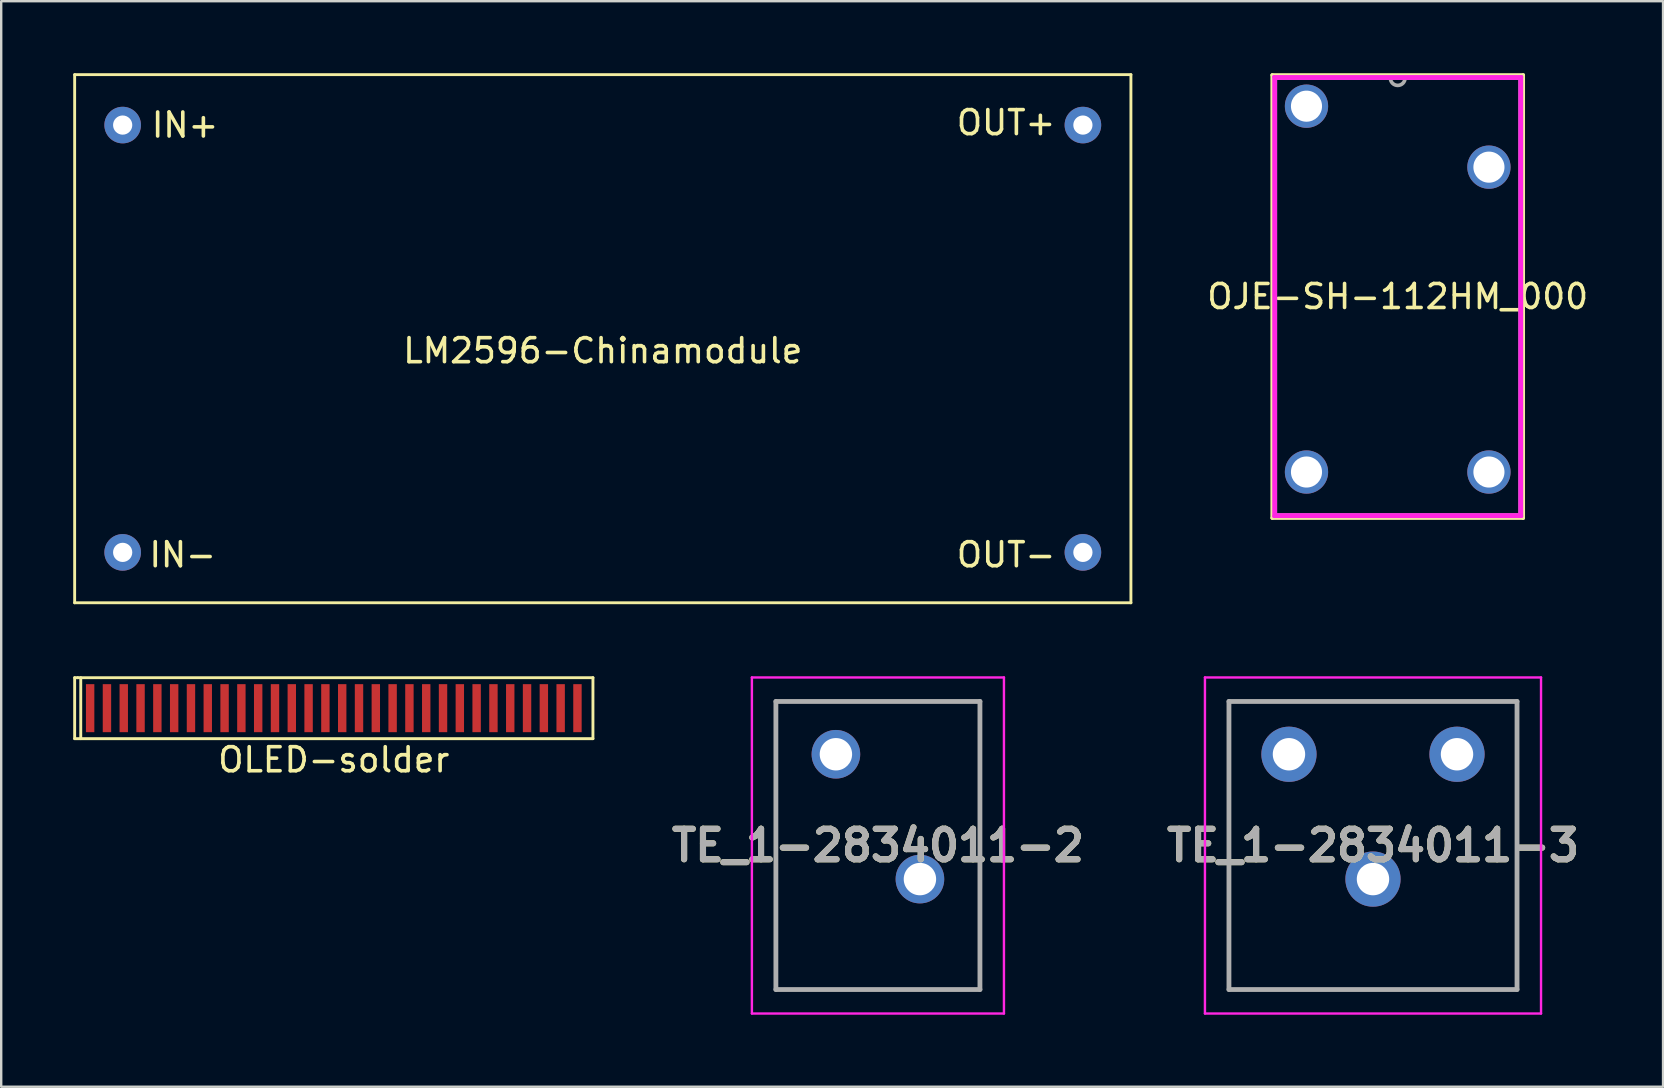
<source format=kicad_pcb>
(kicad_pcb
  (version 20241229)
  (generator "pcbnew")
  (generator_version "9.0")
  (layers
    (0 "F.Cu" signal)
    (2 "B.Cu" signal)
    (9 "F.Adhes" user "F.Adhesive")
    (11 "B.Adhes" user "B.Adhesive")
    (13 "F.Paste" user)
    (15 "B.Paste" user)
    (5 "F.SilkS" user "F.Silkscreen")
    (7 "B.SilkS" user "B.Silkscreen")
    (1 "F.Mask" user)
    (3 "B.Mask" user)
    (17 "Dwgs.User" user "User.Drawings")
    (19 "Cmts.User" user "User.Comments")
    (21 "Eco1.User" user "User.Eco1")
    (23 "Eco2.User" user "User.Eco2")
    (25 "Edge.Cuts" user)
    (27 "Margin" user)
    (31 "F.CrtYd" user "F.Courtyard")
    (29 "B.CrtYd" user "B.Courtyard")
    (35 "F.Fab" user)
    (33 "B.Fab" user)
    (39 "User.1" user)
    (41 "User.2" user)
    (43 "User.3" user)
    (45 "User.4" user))
  (footprint "TE_1-2834011-3"
    (layer "F.Cu")
    (at 54.144 32.17)
    (property "Reference" "TE_1-2834011-3" (at 0 0 0) (layer "F.SilkS") (effects (font (size 1.27 1.27) (thickness 0.254))))
    (attr through_hole)
    (fp_line (start -6 -6) (end 6 -6) (stroke (width 0.1) (type solid)) (layer "F.SilkS"))
    (fp_line (start -6 6) (end -6 -6) (stroke (width 0.1) (type solid)) (layer "F.SilkS"))
    (fp_line (start 6 -6) (end 6 6) (stroke (width 0.1) (type solid)) (layer "F.SilkS"))
    (fp_line (start 6 6) (end -6 6) (stroke (width 0.1) (type solid)) (layer "F.SilkS"))
    (fp_line (start -7 -7) (end 7 -7) (stroke (width 0.1) (type solid)) (layer "F.CrtYd"))
    (fp_line (start -7 7) (end -7 -7) (stroke (width 0.1) (type solid)) (layer "F.CrtYd"))
    (fp_line (start 7 -7) (end 7 7) (stroke (width 0.1) (type solid)) (layer "F.CrtYd"))
    (fp_line (start 7 7) (end -7 7) (stroke (width 0.1) (type solid)) (layer "F.CrtYd"))
    (fp_line (start -6 -6) (end 6 -6) (stroke (width 0.2) (type solid)) (layer "F.Fab"))
    (fp_line (start -6 6) (end -6 -6) (stroke (width 0.2) (type solid)) (layer "F.Fab"))
    (fp_line (start 6 -6) (end 6 6) (stroke (width 0.2) (type solid)) (layer "F.Fab"))
    (fp_line (start 6 6) (end -6 6) (stroke (width 0.2) (type solid)) (layer "F.Fab"))
    (fp_text user "${REFERENCE}" (at 0 0 0) (layer "F.Fab") (effects (font (size 1.27 1.27) (thickness 0.254))))
    (pad "1" thru_hole circle (at -3.5 -3.8) (size 2.3 2.3) (drill 1.35) (layers "*.Cu" "*.Mask"))
    (pad "2" thru_hole circle (at 0 1.4) (size 2.3 2.3) (drill 1.35) (layers "*.Cu" "*.Mask"))
    (pad "3" thru_hole circle (at 3.5 -3.8) (size 2.3 2.3) (drill 1.35) (layers "*.Cu" "*.Mask")))
  (footprint "OJE-SH-112HM_000"
    (layer "F.Cu")
    (at 58.974 17.233)
    (property "Reference" "OJE-SH-112HM_000" (at -3.8 -7.93 0) (layer "F.SilkS") (effects (font (size 1 1) (thickness 0.15))))
    (attr through_hole)
    (fp_line (start -9.027 -17.157) (end -9.027 1.297) (stroke (width 0.152) (type solid)) (layer "F.SilkS"))
    (fp_line (start -9.027 1.297) (end 1.427 1.297) (stroke (width 0.152) (type solid)) (layer "F.SilkS"))
    (fp_line (start 1.427 -17.157) (end -9.027 -17.157) (stroke (width 0.152) (type solid)) (layer "F.SilkS"))
    (fp_line (start 1.427 1.297) (end 1.427 -17.157) (stroke (width 0.152) (type solid)) (layer "F.SilkS"))
    (fp_line (start -8.951 -17.081) (end 1.351 -17.081) (stroke (width 0.152) (type solid)) (layer "F.CrtYd"))
    (fp_line (start -8.951 1.221) (end -8.951 -17.081) (stroke (width 0.152) (type solid)) (layer "F.CrtYd"))
    (fp_line (start -8.9 -17.03) (end 1.3 -17.03) (stroke (width 0.152) (type solid)) (layer "F.CrtYd"))
    (fp_line (start -8.9 1.17) (end -8.9 -17.03) (stroke (width 0.152) (type solid)) (layer "F.CrtYd"))
    (fp_line (start 1.3 -17.03) (end 1.3 1.17) (stroke (width 0.152) (type solid)) (layer "F.CrtYd"))
    (fp_line (start 1.3 1.17) (end -8.9 1.17) (stroke (width 0.152) (type solid)) (layer "F.CrtYd"))
    (fp_line (start 1.351 -17.081) (end 1.351 1.221) (stroke (width 0.152) (type solid)) (layer "F.CrtYd"))
    (fp_line (start 1.351 1.221) (end -8.951 1.221) (stroke (width 0.152) (type solid)) (layer "F.CrtYd"))
    (fp_line (start -8.9 -17.03) (end -8.9 1.17) (stroke (width 0.152) (type solid)) (layer "F.Fab"))
    (fp_line (start -8.9 1.17) (end 1.3 1.17) (stroke (width 0.152) (type solid)) (layer "F.Fab"))
    (fp_line (start 1.3 -17.03) (end -8.9 -17.03) (stroke (width 0.152) (type solid)) (layer "F.Fab"))
    (fp_line (start 1.3 1.17) (end 1.3 -17.03) (stroke (width 0.152) (type solid)) (layer "F.Fab"))
    (fp_arc (start -3.4952 -17.030003) (mid -3.8 -16.725203) (end -4.1048 -17.030003) (stroke (width 0.1524) (type solid)) (layer "F.Fab"))
    (fp_text user "Copyright 2016 Accelerated Designs. All rights reserved." (at 0 0 0) (layer "Cmts.User") (effects (font (size 0.127 0.127) (thickness 0.002))))
    (pad "1" thru_hole circle (at -7.6 -15.86) (size 1.803 1.803) (drill 1.295) (layers "*.Cu" "*.Mask"))
    (pad "2" thru_hole circle (at -7.6 -0.62) (size 1.803 1.803) (drill 1.295) (layers "*.Cu" "*.Mask"))
    (pad "3" thru_hole circle (at 0 -0.62) (size 1.803 1.803) (drill 1.295) (layers "*.Cu" "*.Mask"))
    (pad "4" thru_hole circle (at 0 -13.32) (size 1.803 1.803) (drill 1.295) (layers "*.Cu" "*.Mask")))
  (footprint "OLED-solder"
    (layer "F.Cu")
    (at 10.855 26.45)
    (property "Reference" "OLED-solder" (at 0 2.15 0) (layer "F.SilkS") (effects (font (size 1 1) (thickness 0.15))))
    (attr smd)
    (fp_line (start -10.795 -1.27) (end -10.668 -1.27) (stroke (width 0.12) (type solid)) (layer "F.SilkS"))
    (fp_line (start -10.795 1.27) (end -10.795 -1.27) (stroke (width 0.12) (type solid)) (layer "F.SilkS"))
    (fp_line (start -10.668 -1.27) (end 10.795 -1.27) (stroke (width 0.12) (type solid)) (layer "F.SilkS"))
    (fp_line (start -10.541 -1.27) (end -10.541 1.27) (stroke (width 0.12) (type solid)) (layer "F.SilkS"))
    (fp_line (start 10.795 -1.27) (end 10.795 1.27) (stroke (width 0.12) (type solid)) (layer "F.SilkS"))
    (fp_line (start 10.795 1.27) (end -10.795 1.27) (stroke (width 0.12) (type solid)) (layer "F.SilkS"))
    (pad "1" smd rect (at -10.15 0) (size 0.35 2) (layers "F.Cu" "F.Mask" "F.Paste"))
    (pad "2" smd rect (at -9.45 0) (size 0.35 2) (layers "F.Cu" "F.Mask" "F.Paste"))
    (pad "3" smd rect (at -8.75 0) (size 0.35 2) (layers "F.Cu" "F.Mask" "F.Paste"))
    (pad "4" smd rect (at -8.05 0) (size 0.35 2) (layers "F.Cu" "F.Mask" "F.Paste"))
    (pad "5" smd rect (at -7.35 0) (size 0.35 2) (layers "F.Cu" "F.Mask" "F.Paste"))
    (pad "6" smd rect (at -6.65 0) (size 0.35 2) (layers "F.Cu" "F.Mask" "F.Paste"))
    (pad "7" smd rect (at -5.95 0) (size 0.35 2) (layers "F.Cu" "F.Mask" "F.Paste"))
    (pad "8" smd rect (at -5.25 0) (size 0.35 2) (layers "F.Cu" "F.Mask" "F.Paste"))
    (pad "9" smd rect (at -4.55 0) (size 0.35 2) (layers "F.Cu" "F.Mask" "F.Paste"))
    (pad "10" smd rect (at -3.85 0) (size 0.35 2) (layers "F.Cu" "F.Mask" "F.Paste"))
    (pad "11" smd rect (at -3.15 0) (size 0.35 2) (layers "F.Cu" "F.Mask" "F.Paste"))
    (pad "12" smd rect (at -2.45 0) (size 0.35 2) (layers "F.Cu" "F.Mask" "F.Paste"))
    (pad "13" smd rect (at -1.75 0) (size 0.35 2) (layers "F.Cu" "F.Mask" "F.Paste"))
    (pad "14" smd rect (at -1.05 0) (size 0.35 2) (layers "F.Cu" "F.Mask" "F.Paste"))
    (pad "15" smd rect (at -0.35 0) (size 0.35 2) (layers "F.Cu" "F.Mask" "F.Paste"))
    (pad "16" smd rect (at 0.35 0) (size 0.35 2) (layers "F.Cu" "F.Mask" "F.Paste"))
    (pad "17" smd rect (at 1.05 0) (size 0.35 2) (layers "F.Cu" "F.Mask" "F.Paste"))
    (pad "18" smd rect (at 1.75 0) (size 0.35 2) (layers "F.Cu" "F.Mask" "F.Paste"))
    (pad "19" smd rect (at 2.45 0) (size 0.35 2) (layers "F.Cu" "F.Mask" "F.Paste"))
    (pad "20" smd rect (at 3.15 0) (size 0.35 2) (layers "F.Cu" "F.Mask" "F.Paste"))
    (pad "21" smd rect (at 3.85 0) (size 0.35 2) (layers "F.Cu" "F.Mask" "F.Paste"))
    (pad "22" smd rect (at 4.55 0) (size 0.35 2) (layers "F.Cu" "F.Mask" "F.Paste"))
    (pad "23" smd rect (at 5.25 0) (size 0.35 2) (layers "F.Cu" "F.Mask" "F.Paste"))
    (pad "24" smd rect (at 5.95 0) (size 0.35 2) (layers "F.Cu" "F.Mask" "F.Paste"))
    (pad "25" smd rect (at 6.65 0) (size 0.35 2) (layers "F.Cu" "F.Mask" "F.Paste"))
    (pad "26" smd rect (at 7.35 0) (size 0.35 2) (layers "F.Cu" "F.Mask" "F.Paste"))
    (pad "27" smd rect (at 8.05 0) (size 0.35 2) (layers "F.Cu" "F.Mask" "F.Paste"))
    (pad "28" smd rect (at 8.75 0) (size 0.35 2) (layers "F.Cu" "F.Mask" "F.Paste"))
    (pad "29" smd rect (at 9.45 0) (size 0.35 2) (layers "F.Cu" "F.Mask" "F.Paste"))
    (pad "30" smd rect (at 10.15 0) (size 0.35 2) (layers "F.Cu" "F.Mask" "F.Paste")))
  (footprint "TE_1-2834011-2"
    (layer "F.Cu")
    (at 33.521 32.17)
    (property "Reference" "TE_1-2834011-2" (at 0 0 0) (layer "F.SilkS") (effects (font (size 1.27 1.27) (thickness 0.254))))
    (attr through_hole)
    (fp_line (start -4.25 -6) (end 4.25 -6) (stroke (width 0.1) (type solid)) (layer "F.SilkS"))
    (fp_line (start -4.25 6) (end -4.25 -6) (stroke (width 0.1) (type solid)) (layer "F.SilkS"))
    (fp_line (start 4.25 -6) (end 4.25 6) (stroke (width 0.1) (type solid)) (layer "F.SilkS"))
    (fp_line (start 4.25 6) (end -4.25 6) (stroke (width 0.1) (type solid)) (layer "F.SilkS"))
    (fp_line (start -5.25 -7) (end 5.25 -7) (stroke (width 0.1) (type solid)) (layer "F.CrtYd"))
    (fp_line (start -5.25 7) (end -5.25 -7) (stroke (width 0.1) (type solid)) (layer "F.CrtYd"))
    (fp_line (start 5.25 -7) (end 5.25 7) (stroke (width 0.1) (type solid)) (layer "F.CrtYd"))
    (fp_line (start 5.25 7) (end -5.25 7) (stroke (width 0.1) (type solid)) (layer "F.CrtYd"))
    (fp_line (start -4.25 -6) (end 4.25 -6) (stroke (width 0.2) (type solid)) (layer "F.Fab"))
    (fp_line (start -4.25 6) (end -4.25 -6) (stroke (width 0.2) (type solid)) (layer "F.Fab"))
    (fp_line (start 4.25 -6) (end 4.25 6) (stroke (width 0.2) (type solid)) (layer "F.Fab"))
    (fp_line (start 4.25 6) (end -4.25 6) (stroke (width 0.2) (type solid)) (layer "F.Fab"))
    (fp_text user "${REFERENCE}" (at 0 0 0) (layer "F.Fab") (effects (font (size 1.27 1.27) (thickness 0.254))))
    (pad "1" thru_hole circle (at -1.75 -3.8) (size 2.025 2.025) (drill 1.35) (layers "*.Cu" "*.Mask"))
    (pad "2" thru_hole circle (at 1.75 1.4) (size 2.025 2.025) (drill 1.35) (layers "*.Cu" "*.Mask")))
  (footprint "LM2596-Chinamodule"
    (layer "F.Cu")
    (at 22.06 11.06)
    (property "Reference" "LM2596-Chinamodule" (at 0 0.5 0) (layer "F.SilkS") (effects (font (size 1 1) (thickness 0.15))))
    (attr through_hole)
    (fp_line (start -22 -11) (end -22 11) (stroke (width 0.12) (type solid)) (layer "F.SilkS"))
    (fp_line (start -22 11) (end 22 11) (stroke (width 0.12) (type solid)) (layer "F.SilkS"))
    (fp_line (start 22 -11) (end -22 -11) (stroke (width 0.12) (type solid)) (layer "F.SilkS"))
    (fp_line (start 22 11) (end 22 -11) (stroke (width 0.12) (type solid)) (layer "F.SilkS"))
    (fp_text user "IN-" (at -17.5 9 0) (layer "F.SilkS") (effects (font (size 1 1) (thickness 0.15))))
    (fp_text user "IN+" (at -17.4 -8.9 0) (layer "F.SilkS") (effects (font (size 1 1) (thickness 0.15))))
    (fp_text user "OUT+" (at 16.8 -9 0) (layer "F.SilkS") (effects (font (size 1 1) (thickness 0.15))))
    (fp_text user "OUT-" (at 16.8 9 0) (layer "F.SilkS") (effects (font (size 1 1) (thickness 0.15))))
    (pad "1" thru_hole circle (at -20 -8.9) (size 1.524 1.524) (drill 0.8) (layers "*.Cu" "*.Mask"))
    (pad "2" thru_hole circle (at -20 8.9) (size 1.524 1.524) (drill 0.8) (layers "*.Cu" "*.Mask"))
    (pad "3" thru_hole circle (at 20 -8.9) (size 1.524 1.524) (drill 0.8) (layers "*.Cu" "*.Mask"))
    (pad "4" thru_hole circle (at 20 8.9) (size 1.524 1.524) (drill 0.8) (layers "*.Cu" "*.Mask")))
  (gr_rect
    (start -3 -3)
    (end 66.227 42.22)
    (stroke (width 0.1) (type default))
    (fill no)
    (layer "Edge.Cuts")))
</source>
